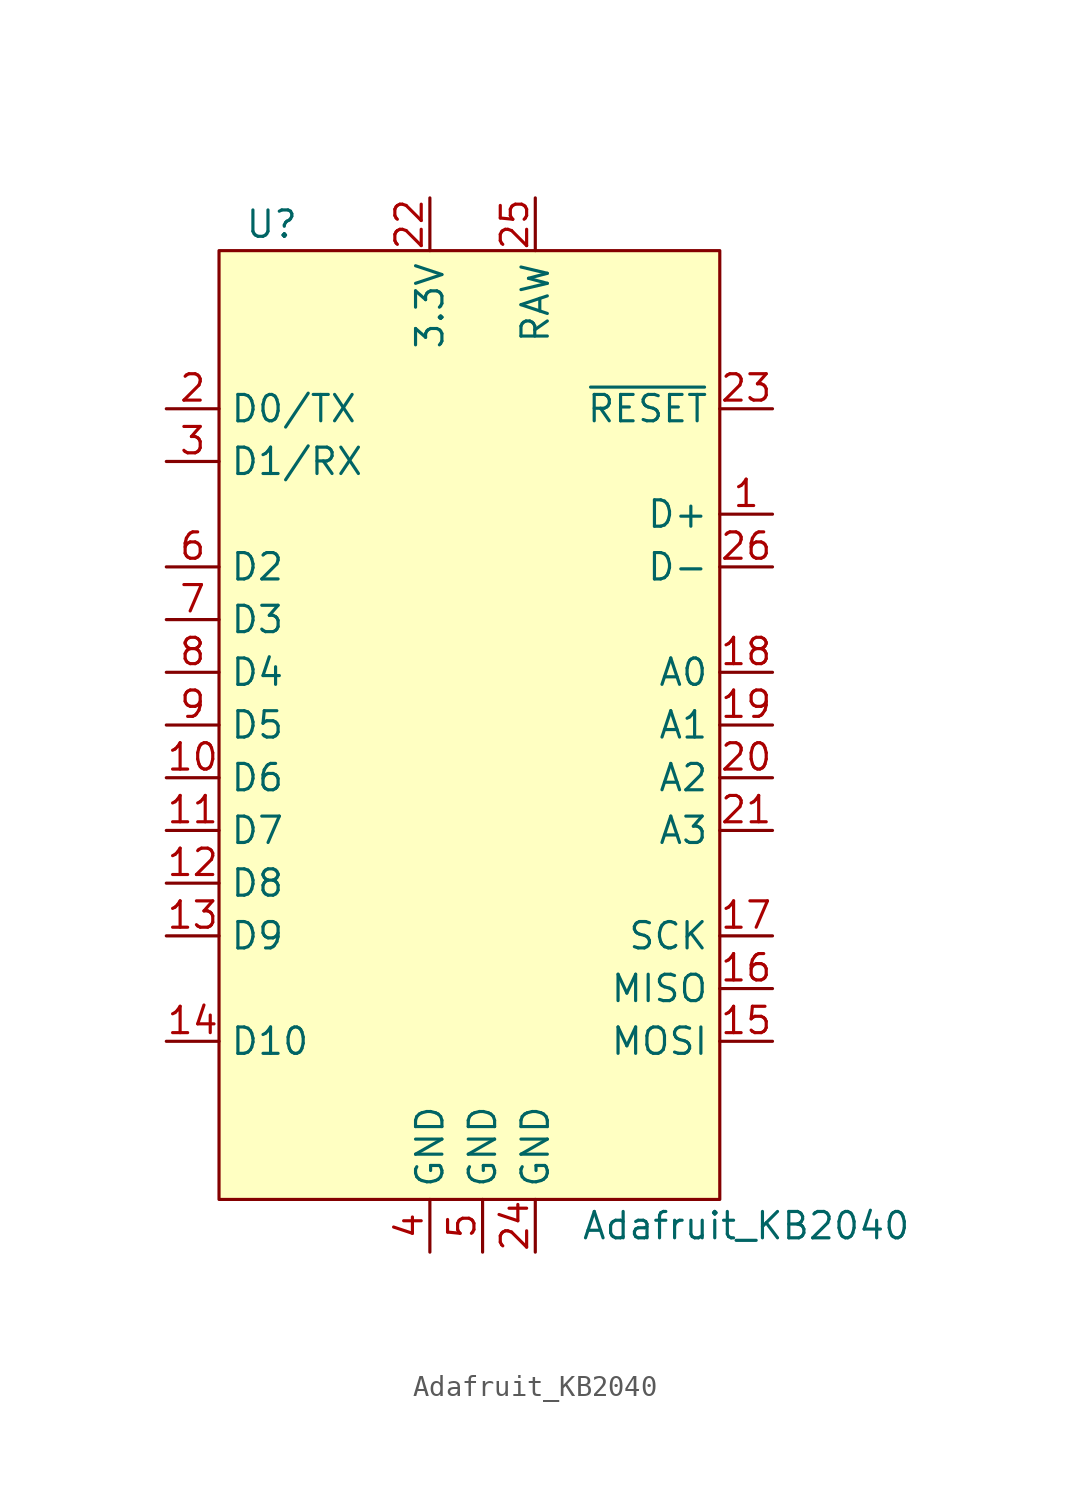
<source format=kicad_sym>
(kicad_symbol_lib
  (version 20211014)
  (generator kicad_symbol_editor)
  (symbol "Adafruit_KB2040"
    (property "Reference" "U"
      (at -10.16 24.13 0)
      (effects (font (size 1.27 1.27))))
    (property "Value" "Adafruit_KB2040"
      (at 12.7 -24.13 0)
      (effects (font (size 1.27 1.27))))
    (symbol "Adafruit_KB2040_0_0"
      (rectangle (start -12.7 22.86) (end 11.43 -22.86) (stroke (width 0) (type default) (color 0 0 0 0)) (fill (type background))))
    (symbol "Adafruit_KB2040_1_0"
      (pin bidirectional line (at 13.97 7.62 180) (length 2.54) (name "D-" (effects (font (size 1.27 1.27)))) (number "26" (effects (font (size 1.27 1.27))))))
    (symbol "Adafruit_KB2040_1_1"
      (pin bidirectional line (at 13.97 10.16 180) (length 2.54) (name "D+" (effects (font (size 1.27 1.27)))) (number "1" (effects (font (size 1.27 1.27)))))
      (pin bidirectional line (at -15.24 -2.54 0) (length 2.54) (name "D6" (effects (font (size 1.27 1.27)))) (number "10" (effects (font (size 1.27 1.27)))))
      (pin bidirectional line (at -15.24 -5.08 0) (length 2.54) (name "D7" (effects (font (size 1.27 1.27)))) (number "11" (effects (font (size 1.27 1.27)))))
      (pin bidirectional line (at -15.24 -7.62 0) (length 2.54) (name "D8" (effects (font (size 1.27 1.27)))) (number "12" (effects (font (size 1.27 1.27)))))
      (pin bidirectional line (at -15.24 -10.16 0) (length 2.54) (name "D9" (effects (font (size 1.27 1.27)))) (number "13" (effects (font (size 1.27 1.27)))))
      (pin bidirectional line (at -15.24 -15.24 0) (length 2.54) (name "D10" (effects (font (size 1.27 1.27)))) (number "14" (effects (font (size 1.27 1.27)))))
      (pin bidirectional line (at 13.97 -15.24 180) (length 2.54) (name "MOSI" (effects (font (size 1.27 1.27)))) (number "15" (effects (font (size 1.27 1.27)))))
      (pin bidirectional line (at 13.97 -12.7 180) (length 2.54) (name "MISO" (effects (font (size 1.27 1.27)))) (number "16" (effects (font (size 1.27 1.27)))))
      (pin bidirectional line (at 13.97 -10.16 180) (length 2.54) (name "SCK" (effects (font (size 1.27 1.27)))) (number "17" (effects (font (size 1.27 1.27)))))
      (pin bidirectional line (at 13.97 2.54 180) (length 2.54) (name "A0" (effects (font (size 1.27 1.27)))) (number "18" (effects (font (size 1.27 1.27)))))
      (pin bidirectional line (at 13.97 0 180) (length 2.54) (name "A1" (effects (font (size 1.27 1.27)))) (number "19" (effects (font (size 1.27 1.27)))))
      (pin bidirectional line (at -15.24 15.24 0) (length 2.54) (name "D0/TX" (effects (font (size 1.27 1.27)))) (number "2" (effects (font (size 1.27 1.27)))))
      (pin bidirectional line (at 13.97 -2.54 180) (length 2.54) (name "A2" (effects (font (size 1.27 1.27)))) (number "20" (effects (font (size 1.27 1.27)))))
      (pin bidirectional line (at 13.97 -5.08 180) (length 2.54) (name "A3" (effects (font (size 1.27 1.27)))) (number "21" (effects (font (size 1.27 1.27)))))
      (pin power_in line (at -2.54 25.4 270) (length 2.54) (name "3.3V" (effects (font (size 1.27 1.27)))) (number "22" (effects (font (size 1.27 1.27)))))
      (pin input line (at 13.97 15.24 180) (length 2.54) (name "~{RESET}" (effects (font (size 1.27 1.27)))) (number "23" (effects (font (size 1.27 1.27)))))
      (pin bidirectional line (at 2.54 -25.4 90) (length 2.54) (name "GND" (effects (font (size 1.27 1.27)))) (number "24" (effects (font (size 1.27 1.27)))))
      (pin power_in line (at 2.54 25.4 270) (length 2.54) (name "RAW" (effects (font (size 1.27 1.27)))) (number "25" (effects (font (size 1.27 1.27)))))
      (pin bidirectional line (at -15.24 12.7 0) (length 2.54) (name "D1/RX" (effects (font (size 1.27 1.27)))) (number "3" (effects (font (size 1.27 1.27)))))
      (pin bidirectional line (at -2.54 -25.4 90) (length 2.54) (name "GND" (effects (font (size 1.27 1.27)))) (number "4" (effects (font (size 1.27 1.27)))))
      (pin bidirectional line (at 0 -25.4 90) (length 2.54) (name "GND" (effects (font (size 1.27 1.27)))) (number "5" (effects (font (size 1.27 1.27)))))
      (pin bidirectional line (at -15.24 7.62 0) (length 2.54) (name "D2" (effects (font (size 1.27 1.27)))) (number "6" (effects (font (size 1.27 1.27)))))
      (pin bidirectional line (at -15.24 5.08 0) (length 2.54) (name "D3" (effects (font (size 1.27 1.27)))) (number "7" (effects (font (size 1.27 1.27)))))
      (pin bidirectional line (at -15.24 2.54 0) (length 2.54) (name "D4" (effects (font (size 1.27 1.27)))) (number "8" (effects (font (size 1.27 1.27)))))
      (pin bidirectional line (at -15.24 0 0) (length 2.54) (name "D5" (effects (font (size 1.27 1.27)))) (number "9" (effects (font (size 1.27 1.27))))))))
</source>
